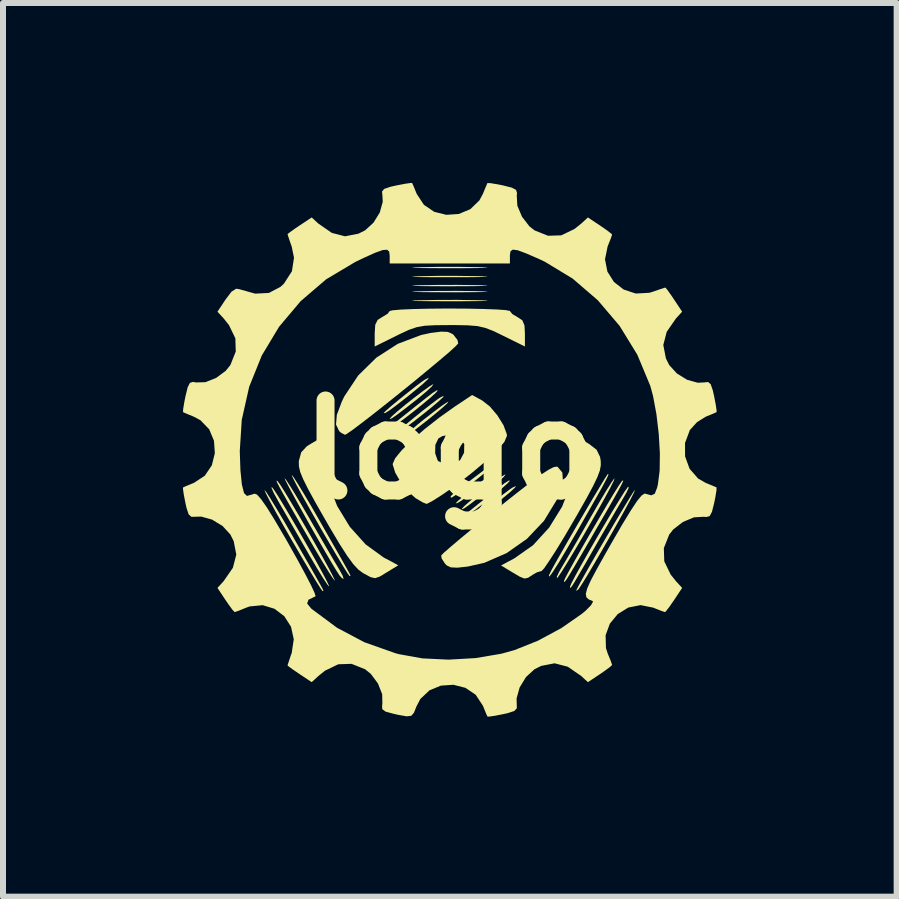
<source format=kicad_pcb>
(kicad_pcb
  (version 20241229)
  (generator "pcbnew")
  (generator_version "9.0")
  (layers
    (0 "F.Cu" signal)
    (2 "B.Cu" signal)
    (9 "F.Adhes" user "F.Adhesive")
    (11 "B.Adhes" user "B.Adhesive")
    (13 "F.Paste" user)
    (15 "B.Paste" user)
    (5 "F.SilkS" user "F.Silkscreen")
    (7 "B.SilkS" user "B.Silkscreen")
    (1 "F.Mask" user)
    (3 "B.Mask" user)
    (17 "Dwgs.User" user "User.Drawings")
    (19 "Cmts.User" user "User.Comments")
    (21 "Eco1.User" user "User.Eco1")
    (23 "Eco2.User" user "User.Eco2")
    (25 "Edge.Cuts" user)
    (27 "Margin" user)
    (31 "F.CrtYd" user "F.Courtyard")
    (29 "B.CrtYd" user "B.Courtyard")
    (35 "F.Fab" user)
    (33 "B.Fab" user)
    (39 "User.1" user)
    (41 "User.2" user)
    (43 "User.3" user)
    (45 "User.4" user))
  (footprint "logo"
    (layer "F.Cu")
    (at 4.448 4.448)
    (property "Reference" "logo" (at 0 0 0) (layer "F.SilkS") (effects (font (size 1.5 1.5) (thickness 0.3))))
    (attr board_only exclude_from_pos_files exclude_from_bom)
    (fp_poly (pts (xy 0.758 0.229) (xy 0.673 0.306) (xy 0.54 0.419) (xy 0.438 0.501) (xy 0.272 0.63) (xy 0.133 0.731) (xy 0.042 0.79) (xy 0.018 0.8) (xy 0.015 0.774) (xy 0.053 0.737) (xy 0.348 0.507) (xy 0.568 0.34) (xy 0.711 0.238) (xy 0.777 0.201) (xy 0.779 0.2)) (stroke (width 0) (type solid)) (fill yes) (layer "F.SilkS"))
    (fp_poly (pts (xy -0.044 -0.773) (xy -0.128 -0.696) (xy -0.262 -0.584) (xy -0.364 -0.501) (xy -0.529 -0.372) (xy -0.666 -0.27) (xy -0.755 -0.211) (xy -0.777 -0.2) (xy -0.757 -0.229) (xy -0.673 -0.306) (xy -0.54 -0.418) (xy -0.438 -0.501) (xy -0.272 -0.63) (xy -0.136 -0.732) (xy -0.047 -0.791) (xy -0.024 -0.802)) (stroke (width 0) (type solid)) (fill yes) (layer "F.SilkS"))
    (fp_poly (pts (xy 0.437 -3.045) (xy 0.514 -3.043) (xy 0.617 -3.039) (xy 0.627 -3.035) (xy 0.549 -3.031) (xy 0.391 -3.029) (xy 0.157 -3.027) (xy 0 -3.027) (xy -0.272 -3.028) (xy -0.472 -3.03) (xy -0.595 -3.033) (xy -0.634 -3.036) (xy -0.582 -3.041) (xy -0.514 -3.043) (xy -0.216 -3.049) (xy 0.122 -3.05)) (stroke (width 0) (type solid)) (fill yes) (layer "F.SilkS"))
    (fp_poly (pts (xy 0.437 -2.895) (xy 0.514 -2.893) (xy 0.617 -2.888) (xy 0.627 -2.884) (xy 0.549 -2.881) (xy 0.391 -2.878) (xy 0.157 -2.877) (xy 0 -2.877) (xy -0.272 -2.877) (xy -0.472 -2.879) (xy -0.595 -2.882) (xy -0.634 -2.886) (xy -0.582 -2.89) (xy -0.514 -2.893) (xy -0.216 -2.899) (xy 0.122 -2.899)) (stroke (width 0) (type solid)) (fill yes) (layer "F.SilkS"))
    (fp_poly (pts (xy 0.437 -2.745) (xy 0.514 -2.743) (xy 0.617 -2.738) (xy 0.627 -2.734) (xy 0.549 -2.731) (xy 0.391 -2.728) (xy 0.157 -2.727) (xy 0 -2.726) (xy -0.272 -2.727) (xy -0.472 -2.729) (xy -0.595 -2.732) (xy -0.634 -2.736) (xy -0.582 -2.74) (xy -0.514 -2.743) (xy -0.216 -2.748) (xy 0.122 -2.749)) (stroke (width 0) (type solid)) (fill yes) (layer "F.SilkS"))
    (fp_poly (pts (xy 0.437 -2.645) (xy 0.514 -2.642) (xy 0.617 -2.638) (xy 0.627 -2.634) (xy 0.549 -2.63) (xy 0.391 -2.628) (xy 0.157 -2.626) (xy 0 -2.626) (xy -0.272 -2.627) (xy -0.472 -2.629) (xy -0.595 -2.632) (xy -0.634 -2.636) (xy -0.582 -2.64) (xy -0.514 -2.642) (xy -0.216 -2.648) (xy 0.122 -2.649)) (stroke (width 0) (type solid)) (fill yes) (layer "F.SilkS"))
    (fp_poly (pts (xy 0.437 -2.494) (xy 0.514 -2.492) (xy 0.617 -2.488) (xy 0.627 -2.483) (xy 0.549 -2.48) (xy 0.391 -2.478) (xy 0.157 -2.476) (xy 0 -2.476) (xy -0.272 -2.477) (xy -0.472 -2.479) (xy -0.595 -2.481) (xy -0.634 -2.485) (xy -0.582 -2.49) (xy -0.514 -2.492) (xy -0.216 -2.498) (xy 0.122 -2.499)) (stroke (width 0) (type solid)) (fill yes) (layer "F.SilkS"))
    (fp_poly (pts (xy -0.364 -1.177) (xy -0.445 -1.101) (xy -0.592 -0.979) (xy -0.664 -0.92) (xy -0.866 -0.761) (xy -1 -0.661) (xy -1.076 -0.613) (xy -1.102 -0.612) (xy -1.102 -0.614) (xy -1.066 -0.651) (xy -0.973 -0.732) (xy -0.843 -0.839) (xy -0.7 -0.954) (xy -0.564 -1.061) (xy -0.457 -1.141) (xy -0.413 -1.171) (xy -0.351 -1.202)) (stroke (width 0) (type solid)) (fill yes) (layer "F.SilkS"))
    (fp_poly (pts (xy -0.301 -1.054) (xy -0.389 -0.973) (xy -0.52 -0.864) (xy -0.538 -0.849) (xy -0.741 -0.69) (xy -0.878 -0.586) (xy -0.96 -0.529) (xy -0.997 -0.512) (xy -1.002 -0.518) (xy -0.966 -0.559) (xy -0.872 -0.642) (xy -0.742 -0.75) (xy -0.597 -0.865) (xy -0.457 -0.972) (xy -0.345 -1.053) (xy -0.281 -1.092) (xy -0.274 -1.092)) (stroke (width 0) (type solid)) (fill yes) (layer "F.SilkS"))
    (fp_poly (pts (xy -0.113 -0.876) (xy -0.195 -0.8) (xy -0.341 -0.678) (xy -0.413 -0.62) (xy -0.615 -0.461) (xy -0.75 -0.361) (xy -0.826 -0.313) (xy -0.852 -0.312) (xy -0.852 -0.314) (xy -0.816 -0.351) (xy -0.722 -0.431) (xy -0.593 -0.538) (xy -0.449 -0.654) (xy -0.313 -0.76) (xy -0.207 -0.84) (xy -0.163 -0.87) (xy -0.101 -0.901)) (stroke (width 0) (type solid)) (fill yes) (layer "F.SilkS"))
    (fp_poly (pts (xy 0.839 0.326) (xy 0.757 0.402) (xy 0.611 0.524) (xy 0.539 0.582) (xy 0.336 0.742) (xy 0.202 0.842) (xy 0.126 0.889) (xy 0.1 0.891) (xy 0.1 0.889) (xy 0.136 0.852) (xy 0.23 0.771) (xy 0.359 0.664) (xy 0.503 0.549) (xy 0.639 0.442) (xy 0.745 0.362) (xy 0.789 0.332) (xy 0.851 0.301)) (stroke (width 0) (type solid)) (fill yes) (layer "F.SilkS"))
    (fp_poly (pts (xy 0.902 0.449) (xy 0.814 0.53) (xy 0.683 0.639) (xy 0.665 0.653) (xy 0.461 0.813) (xy 0.324 0.917) (xy 0.243 0.974) (xy 0.206 0.991) (xy 0.2 0.985) (xy 0.236 0.944) (xy 0.33 0.861) (xy 0.46 0.753) (xy 0.605 0.638) (xy 0.745 0.531) (xy 0.857 0.45) (xy 0.921 0.411) (xy 0.928 0.411)) (stroke (width 0) (type solid)) (fill yes) (layer "F.SilkS"))
    (fp_poly (pts (xy 1.089 0.627) (xy 1.008 0.703) (xy 0.861 0.825) (xy 0.789 0.883) (xy 0.587 1.042) (xy 0.452 1.142) (xy 0.377 1.19) (xy 0.351 1.191) (xy 0.351 1.189) (xy 0.387 1.152) (xy 0.48 1.072) (xy 0.61 0.965) (xy 0.753 0.849) (xy 0.889 0.743) (xy 0.996 0.663) (xy 1.04 0.633) (xy 1.102 0.602)) (stroke (width 0) (type solid)) (fill yes) (layer "F.SilkS"))
    (fp_poly (pts (xy -0.2 -0.989) (xy -0.237 -0.946) (xy -0.332 -0.861) (xy -0.464 -0.751) (xy -0.612 -0.632) (xy -0.753 -0.523) (xy -0.866 -0.44) (xy -0.93 -0.402) (xy -0.934 -0.401) (xy -0.941 -0.425) (xy -0.924 -0.442) (xy -0.86 -0.494) (xy -0.742 -0.588) (xy -0.598 -0.703) (xy -0.452 -0.819) (xy -0.33 -0.914) (xy -0.288 -0.947) (xy -0.22 -0.99)) (stroke (width 0) (type solid)) (fill yes) (layer "F.SilkS"))
    (fp_poly (pts (xy 1.002 0.514) (xy 0.965 0.557) (xy 0.87 0.642) (xy 0.738 0.752) (xy 0.591 0.871) (xy 0.45 0.98) (xy 0.336 1.062) (xy 0.273 1.101) (xy 0.268 1.102) (xy 0.262 1.078) (xy 0.278 1.061) (xy 0.343 1.009) (xy 0.46 0.915) (xy 0.605 0.8) (xy 0.751 0.684) (xy 0.872 0.589) (xy 0.914 0.556) (xy 0.983 0.513)) (stroke (width 0) (type solid)) (fill yes) (layer "F.SilkS"))
    (fp_poly (pts (xy -2.929 0.669) (xy -2.852 0.788) (xy -2.748 0.96) (xy -2.624 1.169) (xy -2.491 1.397) (xy -2.358 1.629) (xy -2.234 1.848) (xy -2.13 2.038) (xy -2.053 2.183) (xy -2.014 2.266) (xy -2.012 2.279) (xy -2.042 2.245) (xy -2.112 2.139) (xy -2.212 1.977) (xy -2.332 1.773) (xy -2.367 1.712) (xy -2.508 1.467) (xy -2.647 1.225) (xy -2.768 1.015) (xy -2.856 0.863) (xy -2.858 0.859) (xy -2.932 0.725) (xy -2.971 0.639) (xy -2.968 0.619)) (stroke (width 0) (type solid)) (fill yes) (layer "F.SilkS"))
    (fp_poly (pts (xy -2.868 0.526) (xy -2.825 0.585) (xy -2.746 0.711) (xy -2.639 0.888) (xy -2.514 1.099) (xy -2.381 1.328) (xy -2.249 1.559) (xy -2.127 1.776) (xy -2.025 1.961) (xy -1.952 2.1) (xy -1.917 2.175) (xy -1.916 2.183) (xy -1.945 2.148) (xy -2.016 2.04) (xy -2.118 1.874) (xy -2.243 1.663) (xy -2.33 1.514) (xy -2.519 1.186) (xy -2.663 0.935) (xy -2.767 0.752) (xy -2.836 0.628) (xy -2.875 0.553) (xy -2.889 0.518) (xy -2.883 0.514)) (stroke (width 0) (type solid)) (fill yes) (layer "F.SilkS"))
    (fp_poly (pts (xy -2.732 0.497) (xy -2.667 0.596) (xy -2.569 0.755) (xy -2.446 0.962) (xy -2.35 1.127) (xy -2.204 1.379) (xy -2.069 1.612) (xy -1.954 1.808) (xy -1.872 1.947) (xy -1.845 1.991) (xy -1.785 2.101) (xy -1.77 2.154) (xy -1.801 2.137) (xy -1.84 2.092) (xy -1.889 2.016) (xy -1.974 1.876) (xy -2.084 1.688) (xy -2.21 1.47) (xy -2.342 1.238) (xy -2.47 1.009) (xy -2.585 0.801) (xy -2.677 0.631) (xy -2.737 0.515) (xy -2.755 0.472)) (stroke (width 0) (type solid)) (fill yes) (layer "F.SilkS"))
    (fp_poly (pts (xy 2.644 0.41) (xy 2.633 0.443) (xy 2.599 0.511) (xy 2.538 0.625) (xy 2.443 0.795) (xy 2.309 1.031) (xy 2.14 1.328) (xy 1.958 1.642) (xy 1.817 1.879) (xy 1.717 2.036) (xy 1.662 2.112) (xy 1.651 2.103) (xy 1.66 2.077) (xy 1.692 2.011) (xy 1.764 1.88) (xy 1.867 1.699) (xy 1.989 1.486) (xy 2.123 1.255) (xy 2.259 1.023) (xy 2.387 0.806) (xy 2.498 0.621) (xy 2.582 0.483) (xy 2.63 0.409) (xy 2.638 0.401)) (stroke (width 0) (type solid)) (fill yes) (layer "F.SilkS"))
    (fp_poly (pts (xy 2.73 0.524) (xy 2.671 0.641) (xy 2.579 0.811) (xy 2.463 1.018) (xy 2.333 1.246) (xy 2.199 1.478) (xy 2.069 1.698) (xy 1.953 1.89) (xy 1.861 2.037) (xy 1.802 2.124) (xy 1.788 2.139) (xy 1.783 2.118) (xy 1.823 2.034) (xy 1.872 1.949) (xy 1.946 1.824) (xy 2.055 1.635) (xy 2.188 1.405) (xy 2.329 1.158) (xy 2.366 1.093) (xy 2.495 0.87) (xy 2.606 0.684) (xy 2.691 0.55) (xy 2.739 0.481) (xy 2.747 0.476)) (stroke (width 0) (type solid)) (fill yes) (layer "F.SilkS"))
    (fp_poly (pts (xy 3.088 0.667) (xy 3.07 0.713) (xy 3.011 0.83) (xy 2.919 1) (xy 2.804 1.207) (xy 2.675 1.435) (xy 2.542 1.668) (xy 2.414 1.888) (xy 2.3 2.081) (xy 2.209 2.229) (xy 2.152 2.316) (xy 2.14 2.33) (xy 2.106 2.353) (xy 2.114 2.33) (xy 2.166 2.23) (xy 2.253 2.073) (xy 2.366 1.874) (xy 2.495 1.651) (xy 2.631 1.418) (xy 2.764 1.191) (xy 2.886 0.987) (xy 2.987 0.82) (xy 3.057 0.708) (xy 3.088 0.666)) (stroke (width 0) (type solid)) (fill yes) (layer "F.SilkS"))
    (fp_poly (pts (xy -3.06 0.704) (xy -2.99 0.813) (xy -2.886 0.984) (xy -2.756 1.202) (xy -2.61 1.455) (xy -2.605 1.465) (xy -2.433 1.765) (xy -2.304 1.989) (xy -2.214 2.149) (xy -2.155 2.254) (xy -2.121 2.316) (xy -2.108 2.347) (xy -2.108 2.356) (xy -2.116 2.355) (xy -2.121 2.355) (xy -2.152 2.313) (xy -2.225 2.198) (xy -2.331 2.023) (xy -2.463 1.801) (xy -2.612 1.544) (xy -2.626 1.521) (xy -2.775 1.261) (xy -2.903 1.033) (xy -3.003 0.849) (xy -3.068 0.723) (xy -3.09 0.669) (xy -3.09 0.668)) (stroke (width 0) (type solid)) (fill yes) (layer "F.SilkS"))
    (fp_poly (pts (xy -2.608 0.451) (xy -2.537 0.561) (xy -2.433 0.732) (xy -2.304 0.95) (xy -2.158 1.204) (xy -2.153 1.213) (xy -1.981 1.514) (xy -1.853 1.738) (xy -1.763 1.898) (xy -1.704 2.003) (xy -1.671 2.065) (xy -1.657 2.096) (xy -1.658 2.105) (xy -1.666 2.105) (xy -1.671 2.104) (xy -1.702 2.063) (xy -1.774 1.948) (xy -1.88 1.772) (xy -2.012 1.549) (xy -2.161 1.293) (xy -2.174 1.269) (xy -2.322 1.009) (xy -2.45 0.781) (xy -2.55 0.597) (xy -2.615 0.471) (xy -2.637 0.417) (xy -2.637 0.416)) (stroke (width 0) (type solid)) (fill yes) (layer "F.SilkS"))
    (fp_poly (pts (xy 2.891 0.519) (xy 2.869 0.567) (xy 2.819 0.662) (xy 2.734 0.814) (xy 2.61 1.03) (xy 2.441 1.321) (xy 2.38 1.428) (xy 2.214 1.713) (xy 2.092 1.921) (xy 2.007 2.064) (xy 1.952 2.152) (xy 1.921 2.195) (xy 1.907 2.204) (xy 1.904 2.189) (xy 1.904 2.185) (xy 1.928 2.13) (xy 1.994 2.007) (xy 2.092 1.83) (xy 2.212 1.618) (xy 2.345 1.387) (xy 2.481 1.154) (xy 2.61 0.935) (xy 2.723 0.747) (xy 2.81 0.607) (xy 2.861 0.532) (xy 2.866 0.526) (xy 2.888 0.508)) (stroke (width 0) (type solid)) (fill yes) (layer "F.SilkS"))
    (fp_poly (pts (xy 2.983 0.632) (xy 2.946 0.711) (xy 2.921 0.755) (xy 2.86 0.859) (xy 2.76 1.029) (xy 2.634 1.246) (xy 2.493 1.49) (xy 2.428 1.603) (xy 2.274 1.872) (xy 2.162 2.064) (xy 2.087 2.192) (xy 2.04 2.267) (xy 2.015 2.3) (xy 2.006 2.302) (xy 2.004 2.283) (xy 2.004 2.281) (xy 2.028 2.223) (xy 2.095 2.095) (xy 2.194 1.916) (xy 2.315 1.702) (xy 2.449 1.469) (xy 2.586 1.235) (xy 2.716 1.016) (xy 2.83 0.83) (xy 2.917 0.692) (xy 2.968 0.621) (xy 2.974 0.615)) (stroke (width 0) (type solid)) (fill yes) (layer "F.SilkS"))
    (fp_poly (pts (xy 1.799 0.286) (xy 1.876 0.379) (xy 1.886 0.523) (xy 1.827 0.728) (xy 1.78 0.839) (xy 1.57 1.184) (xy 1.287 1.483) (xy 0.949 1.721) (xy 0.575 1.884) (xy 0.301 1.946) (xy 0.126 1.965) (xy 0.019 1.96) (xy -0.05 1.928) (xy -0.08 1.898) (xy -0.136 1.811) (xy -0.143 1.761) (xy -0.1 1.717) (xy 0.01 1.621) (xy 0.176 1.48) (xy 0.387 1.306) (xy 0.633 1.106) (xy 0.797 0.974) (xy 1.102 0.732) (xy 1.339 0.548) (xy 1.517 0.417) (xy 1.645 0.333) (xy 1.731 0.289) (xy 1.784 0.28)) (stroke (width 0) (type solid)) (fill yes) (layer "F.SilkS"))
    (fp_poly (pts (xy -0.031 -1.965) (xy 0.044 -1.931) (xy 0.064 -1.914) (xy 0.129 -1.829) (xy 0.14 -1.773) (xy 0.098 -1.727) (xy -0.008 -1.63) (xy -0.168 -1.494) (xy -0.366 -1.329) (xy -0.589 -1.145) (xy -0.825 -0.954) (xy -1.06 -0.766) (xy -1.28 -0.592) (xy -1.472 -0.444) (xy -1.623 -0.33) (xy -1.719 -0.264) (xy -1.746 -0.25) (xy -1.81 -0.282) (xy -1.844 -0.311) (xy -1.897 -0.421) (xy -1.883 -0.583) (xy -1.799 -0.806) (xy -1.758 -0.891) (xy -1.526 -1.24) (xy -1.223 -1.537) (xy -0.868 -1.766) (xy -0.478 -1.914) (xy -0.318 -1.948) (xy -0.141 -1.97)) (stroke (width 0) (type solid)) (fill yes) (layer "F.SilkS"))
    (fp_poly (pts (xy -2.122 -0.154) (xy -2.109 -0.033) (xy -2.096 0.139) (xy -2.094 0.168) (xy -2.025 0.557) (xy -1.878 0.936) (xy -1.667 1.283) (xy -1.403 1.577) (xy -1.1 1.797) (xy -1.08 1.807) (xy -0.859 1.925) (xy -1.043 2.038) (xy -1.167 2.113) (xy -1.245 2.14) (xy -1.32 2.123) (xy -1.433 2.062) (xy -1.449 2.053) (xy -1.525 1.997) (xy -1.61 1.905) (xy -1.713 1.764) (xy -1.841 1.564) (xy -2.004 1.29) (xy -2.078 1.162) (xy -2.244 0.871) (xy -2.364 0.651) (xy -2.445 0.488) (xy -2.494 0.369) (xy -2.515 0.277) (xy -2.517 0.2) (xy -2.516 0.185) (xy -2.477 0.042) (xy -2.383 -0.059) (xy -2.321 -0.098) (xy -2.209 -0.163) (xy -2.14 -0.198) (xy -2.133 -0.2)) (stroke (width 0) (type solid)) (fill yes) (layer "F.SilkS"))
    (fp_poly (pts (xy 2.182 -0.177) (xy 2.284 -0.12) (xy 2.321 -0.098) (xy 2.447 -0.001) (xy 2.505 0.119) (xy 2.516 0.186) (xy 2.517 0.26) (xy 2.501 0.346) (xy 2.46 0.456) (xy 2.388 0.605) (xy 2.28 0.807) (xy 2.128 1.075) (xy 2.057 1.197) (xy 1.906 1.455) (xy 1.769 1.679) (xy 1.654 1.857) (xy 1.572 1.976) (xy 1.529 2.021) (xy 1.528 2.021) (xy 1.451 2.043) (xy 1.379 2.085) (xy 1.304 2.134) (xy 1.245 2.146) (xy 1.168 2.116) (xy 1.041 2.041) (xy 0.854 1.928) (xy 1.077 1.809) (xy 1.387 1.591) (xy 1.656 1.297) (xy 1.872 0.948) (xy 2.021 0.563) (xy 2.09 0.178) (xy 2.105 -0.002) (xy 2.12 -0.136) (xy 2.132 -0.199) (xy 2.134 -0.2)) (stroke (width 0) (type solid)) (fill yes) (layer "F.SilkS"))
    (fp_poly (pts (xy 0.305 -2.353) (xy 0.572 -2.347) (xy 0.787 -2.339) (xy 0.935 -2.328) (xy 1 -2.315) (xy 1.002 -2.313) (xy 1.042 -2.263) (xy 1.127 -2.213) (xy 1.208 -2.16) (xy 1.245 -2.074) (xy 1.252 -1.939) (xy 1.252 -1.722) (xy 0.892 -1.9) (xy 0.725 -1.981) (xy 0.592 -2.032) (xy 0.462 -2.062) (xy 0.303 -2.075) (xy 0.086 -2.079) (xy 0 -2.079) (xy -0.243 -2.077) (xy -0.417 -2.068) (xy -0.552 -2.044) (xy -0.681 -2) (xy -0.834 -1.929) (xy -0.892 -1.9) (xy -1.252 -1.722) (xy -1.252 -1.939) (xy -1.243 -2.084) (xy -1.203 -2.165) (xy -1.127 -2.213) (xy -1.035 -2.269) (xy -1.002 -2.313) (xy -0.954 -2.325) (xy -0.822 -2.337) (xy -0.619 -2.346) (xy -0.36 -2.352) (xy -0.062 -2.355) (xy 0 -2.355)) (stroke (width 0) (type solid)) (fill yes) (layer "F.SilkS"))
    (fp_poly (pts (xy 0.54 -0.822) (xy 0.668 -0.722) (xy 0.794 -0.573) (xy 0.895 -0.41) (xy 0.949 -0.265) (xy 0.952 -0.232) (xy 0.909 -0.13) (xy 0.779 0.021) (xy 0.564 0.22) (xy 0.375 0.379) (xy 0.207 0.511) (xy 0.027 0.643) (xy -0.144 0.761) (xy -0.285 0.85) (xy -0.375 0.898) (xy -0.391 0.901) (xy -0.452 0.876) (xy -0.557 0.814) (xy -0.573 0.804) (xy -0.698 0.693) (xy -0.818 0.54) (xy -0.91 0.38) (xy -0.951 0.247) (xy -0.952 0.236) (xy -0.912 0.143) (xy -0.844 0.059) (xy -0.244 0.059) (xy -0.202 0.177) (xy -0.19 0.19) (xy -0.074 0.245) (xy 0.067 0.233) (xy 0.172 0.172) (xy 0.238 0.049) (xy 0.241 -0.092) (xy 0.19 -0.19) (xy 0.097 -0.237) (xy 0 -0.25) (xy -0.122 -0.229) (xy -0.19 -0.19) (xy -0.241 -0.082) (xy -0.244 0.059) (xy -0.844 0.059) (xy -0.801 0.007) (xy -0.633 -0.159) (xy -0.42 -0.345) (xy -0.175 -0.537) (xy 0.089 -0.725) (xy 0.124 -0.748) (xy 0.372 -0.913)) (stroke (width 0) (type solid)) (fill yes) (layer "F.SilkS"))
    (fp_poly (pts (xy -0.628 -4.447) (xy -0.605 -4.397) (xy -0.561 -4.289) (xy -0.551 -4.265) (xy -0.432 -4.084) (xy -0.259 -3.967) (xy -0.058 -3.917) (xy 0.15 -3.931) (xy 0.342 -4.011) (xy 0.493 -4.157) (xy 0.551 -4.265) (xy 0.598 -4.379) (xy 0.626 -4.444) (xy 0.628 -4.447) (xy 0.677 -4.445) (xy 0.794 -4.426) (xy 0.887 -4.407) (xy 1.034 -4.37) (xy 1.105 -4.332) (xy 1.121 -4.275) (xy 1.116 -4.239) (xy 1.126 -4.069) (xy 1.203 -3.886) (xy 1.327 -3.725) (xy 1.412 -3.658) (xy 1.638 -3.568) (xy 1.859 -3.575) (xy 2.08 -3.682) (xy 2.191 -3.771) (xy 2.302 -3.873) (xy 2.504 -3.739) (xy 2.621 -3.658) (xy 2.694 -3.601) (xy 2.705 -3.587) (xy 2.688 -3.534) (xy 2.645 -3.425) (xy 2.632 -3.395) (xy 2.587 -3.175) (xy 2.627 -2.971) (xy 2.736 -2.798) (xy 2.899 -2.671) (xy 3.1 -2.605) (xy 3.325 -2.617) (xy 3.386 -2.635) (xy 3.51 -2.678) (xy 3.585 -2.702) (xy 3.594 -2.705) (xy 3.626 -2.667) (xy 3.694 -2.571) (xy 3.739 -2.504) (xy 3.873 -2.302) (xy 3.771 -2.191) (xy 3.616 -1.967) (xy 3.559 -1.747) (xy 3.602 -1.524) (xy 3.658 -1.412) (xy 3.786 -1.272) (xy 3.956 -1.167) (xy 4.133 -1.118) (xy 4.236 -1.123) (xy 4.305 -1.13) (xy 4.349 -1.093) (xy 4.384 -0.991) (xy 4.406 -0.894) (xy 4.434 -0.749) (xy 4.448 -0.651) (xy 4.447 -0.628) (xy 4.397 -0.605) (xy 4.289 -0.561) (xy 4.265 -0.551) (xy 4.12 -0.46) (xy 4.004 -0.332) (xy 4.002 -0.33) (xy 3.921 -0.114) (xy 3.922 0.11) (xy 3.997 0.316) (xy 4.139 0.479) (xy 4.265 0.551) (xy 4.379 0.598) (xy 4.444 0.626) (xy 4.447 0.628) (xy 4.445 0.677) (xy 4.426 0.794) (xy 4.407 0.887) (xy 4.37 1.034) (xy 4.332 1.105) (xy 4.275 1.121) (xy 4.239 1.116) (xy 4.069 1.126) (xy 3.886 1.203) (xy 3.725 1.327) (xy 3.658 1.412) (xy 3.568 1.638) (xy 3.575 1.859) (xy 3.682 2.08) (xy 3.771 2.191) (xy 3.873 2.302) (xy 3.739 2.504) (xy 3.658 2.621) (xy 3.601 2.694) (xy 3.587 2.705) (xy 3.534 2.688) (xy 3.425 2.645) (xy 3.394 2.632) (xy 3.179 2.589) (xy 2.975 2.63) (xy 2.799 2.739) (xy 2.668 2.898) (xy 2.597 3.092) (xy 2.603 3.305) (xy 2.632 3.395) (xy 2.68 3.512) (xy 2.704 3.582) (xy 2.705 3.587) (xy 2.667 3.623) (xy 2.571 3.693) (xy 2.504 3.739) (xy 2.302 3.873) (xy 2.191 3.771) (xy 1.967 3.616) (xy 1.747 3.559) (xy 1.524 3.602) (xy 1.412 3.658) (xy 1.271 3.787) (xy 1.164 3.962) (xy 1.113 4.145) (xy 1.116 4.239) (xy 1.117 4.309) (xy 1.075 4.354) (xy 0.965 4.39) (xy 0.887 4.407) (xy 0.744 4.435) (xy 0.649 4.448) (xy 0.628 4.447) (xy 0.605 4.397) (xy 0.561 4.289) (xy 0.551 4.265) (xy 0.432 4.084) (xy 0.261 3.968) (xy 0.06 3.917) (xy -0.148 3.931) (xy -0.338 4.009) (xy -0.49 4.152) (xy -0.557 4.28) (xy -0.597 4.382) (xy -0.642 4.434) (xy -0.719 4.443) (xy -0.855 4.419) (xy -0.94 4.4) (xy -1.072 4.364) (xy -1.127 4.322) (xy -1.128 4.255) (xy -1.124 4.237) (xy -1.127 4.074) (xy -1.198 3.895) (xy -1.317 3.735) (xy -1.412 3.658) (xy -1.638 3.568) (xy -1.859 3.575) (xy -2.08 3.682) (xy -2.191 3.771) (xy -2.302 3.873) (xy -2.504 3.739) (xy -2.621 3.659) (xy -2.693 3.606) (xy -2.705 3.594) (xy -2.689 3.544) (xy -2.652 3.433) (xy -2.635 3.386) (xy -2.601 3.158) (xy -2.647 2.949) (xy -2.759 2.774) (xy -2.922 2.65) (xy -3.12 2.59) (xy -3.336 2.611) (xy -3.395 2.632) (xy -3.512 2.68) (xy -3.582 2.704) (xy -3.587 2.705) (xy -3.623 2.667) (xy -3.693 2.571) (xy -3.739 2.504) (xy -3.873 2.302) (xy -3.771 2.191) (xy -3.616 1.967) (xy -3.559 1.747) (xy -3.602 1.524) (xy -3.658 1.412) (xy -3.787 1.271) (xy -3.962 1.164) (xy -4.145 1.113) (xy -4.239 1.116) (xy -4.309 1.117) (xy -4.354 1.075) (xy -4.39 0.965) (xy -4.407 0.887) (xy -4.435 0.744) (xy -4.448 0.649) (xy -4.447 0.628) (xy -4.397 0.605) (xy -4.289 0.561) (xy -4.265 0.551) (xy -4.084 0.432) (xy -3.967 0.259) (xy -3.917 0.058) (xy -3.919 0.021) (xy -3.501 0.021) (xy -3.49 0.345) (xy -3.466 0.58) (xy -3.43 0.722) (xy -3.382 0.768) (xy -3.379 0.768) (xy -3.292 0.744) (xy -3.256 0.731) (xy -3.214 0.747) (xy -3.147 0.821) (xy -3.049 0.961) (xy -2.917 1.174) (xy -2.745 1.467) (xy -2.689 1.565) (xy -2.541 1.829) (xy -2.415 2.061) (xy -2.317 2.25) (xy -2.256 2.38) (xy -2.237 2.44) (xy -2.238 2.442) (xy -2.356 2.499) (xy -2.378 2.563) (xy -2.309 2.647) (xy -2.302 2.653) (xy -1.879 2.967) (xy -1.424 3.208) (xy -0.909 3.39) (xy -0.846 3.407) (xy -0.458 3.477) (xy -0.02 3.498) (xy 0.432 3.472) (xy 0.861 3.399) (xy 1.077 3.339) (xy 1.472 3.181) (xy 1.86 2.972) (xy 2.199 2.736) (xy 2.261 2.685) (xy 2.351 2.595) (xy 2.387 2.534) (xy 2.38 2.521) (xy 2.316 2.494) (xy 2.277 2.458) (xy 2.267 2.401) (xy 2.29 2.312) (xy 2.35 2.178) (xy 2.451 1.988) (xy 2.596 1.729) (xy 2.691 1.562) (xy 2.874 1.246) (xy 3.017 1.012) (xy 3.123 0.852) (xy 3.198 0.761) (xy 3.247 0.73) (xy 3.256 0.731) (xy 3.36 0.759) (xy 3.417 0.732) (xy 3.456 0.631) (xy 3.469 0.576) (xy 3.498 0.35) (xy 3.502 0.059) (xy 3.483 -0.267) (xy 3.444 -0.596) (xy 3.388 -0.897) (xy 3.342 -1.066) (xy 3.126 -1.585) (xy 2.831 -2.065) (xy 2.468 -2.492) (xy 2.049 -2.853) (xy 1.586 -3.134) (xy 1.489 -3.18) (xy 1.273 -3.274) (xy 1.133 -3.326) (xy 1.051 -3.337) (xy 1.012 -3.31) (xy 1.002 -3.247) (xy 1.002 -3.235) (xy 1.002 -3.106) (xy 0 -3.106) (xy -1.002 -3.106) (xy -1.002 -3.235) (xy -1.01 -3.303) (xy -1.044 -3.335) (xy -1.117 -3.33) (xy -1.244 -3.285) (xy -1.437 -3.198) (xy -1.578 -3.13) (xy -2.061 -2.842) (xy -2.486 -2.478) (xy -2.846 -2.051) (xy -3.134 -1.572) (xy -3.344 -1.051) (xy -3.468 -0.499) (xy -3.501 0.021) (xy -3.919 0.021) (xy -3.931 -0.15) (xy -4.011 -0.342) (xy -4.157 -0.493) (xy -4.265 -0.551) (xy -4.379 -0.598) (xy -4.444 -0.626) (xy -4.447 -0.628) (xy -4.445 -0.677) (xy -4.426 -0.794) (xy -4.406 -0.894) (xy -4.369 -1.044) (xy -4.332 -1.116) (xy -4.28 -1.132) (xy -4.236 -1.123) (xy -4.074 -1.127) (xy -3.895 -1.198) (xy -3.735 -1.317) (xy -3.658 -1.412) (xy -3.568 -1.638) (xy -3.575 -1.859) (xy -3.682 -2.08) (xy -3.771 -2.191) (xy -3.873 -2.302) (xy -3.736 -2.508) (xy -3.638 -2.637) (xy -3.561 -2.685) (xy -3.516 -2.679) (xy -3.244 -2.603) (xy -3.015 -2.615) (xy -2.823 -2.716) (xy -2.764 -2.771) (xy -2.632 -2.976) (xy -2.597 -3.202) (xy -2.635 -3.386) (xy -2.678 -3.51) (xy -2.702 -3.585) (xy -2.705 -3.594) (xy -2.667 -3.626) (xy -2.571 -3.694) (xy -2.504 -3.739) (xy -2.302 -3.873) (xy -2.191 -3.771) (xy -1.967 -3.616) (xy -1.747 -3.559) (xy -1.524 -3.602) (xy -1.412 -3.658) (xy -1.272 -3.786) (xy -1.167 -3.956) (xy -1.118 -4.133) (xy -1.123 -4.236) (xy -1.13 -4.305) (xy -1.093 -4.349) (xy -0.991 -4.384) (xy -0.894 -4.406) (xy -0.749 -4.434) (xy -0.651 -4.448)) (stroke (width 0) (type solid)) (fill yes) (layer "F.SilkS")))
  (gr_rect
    (start -3 -3)
    (end 11.897 11.897)
    (stroke (width 0.1) (type default))
    (fill no)
    (layer "Edge.Cuts")))
</source>
